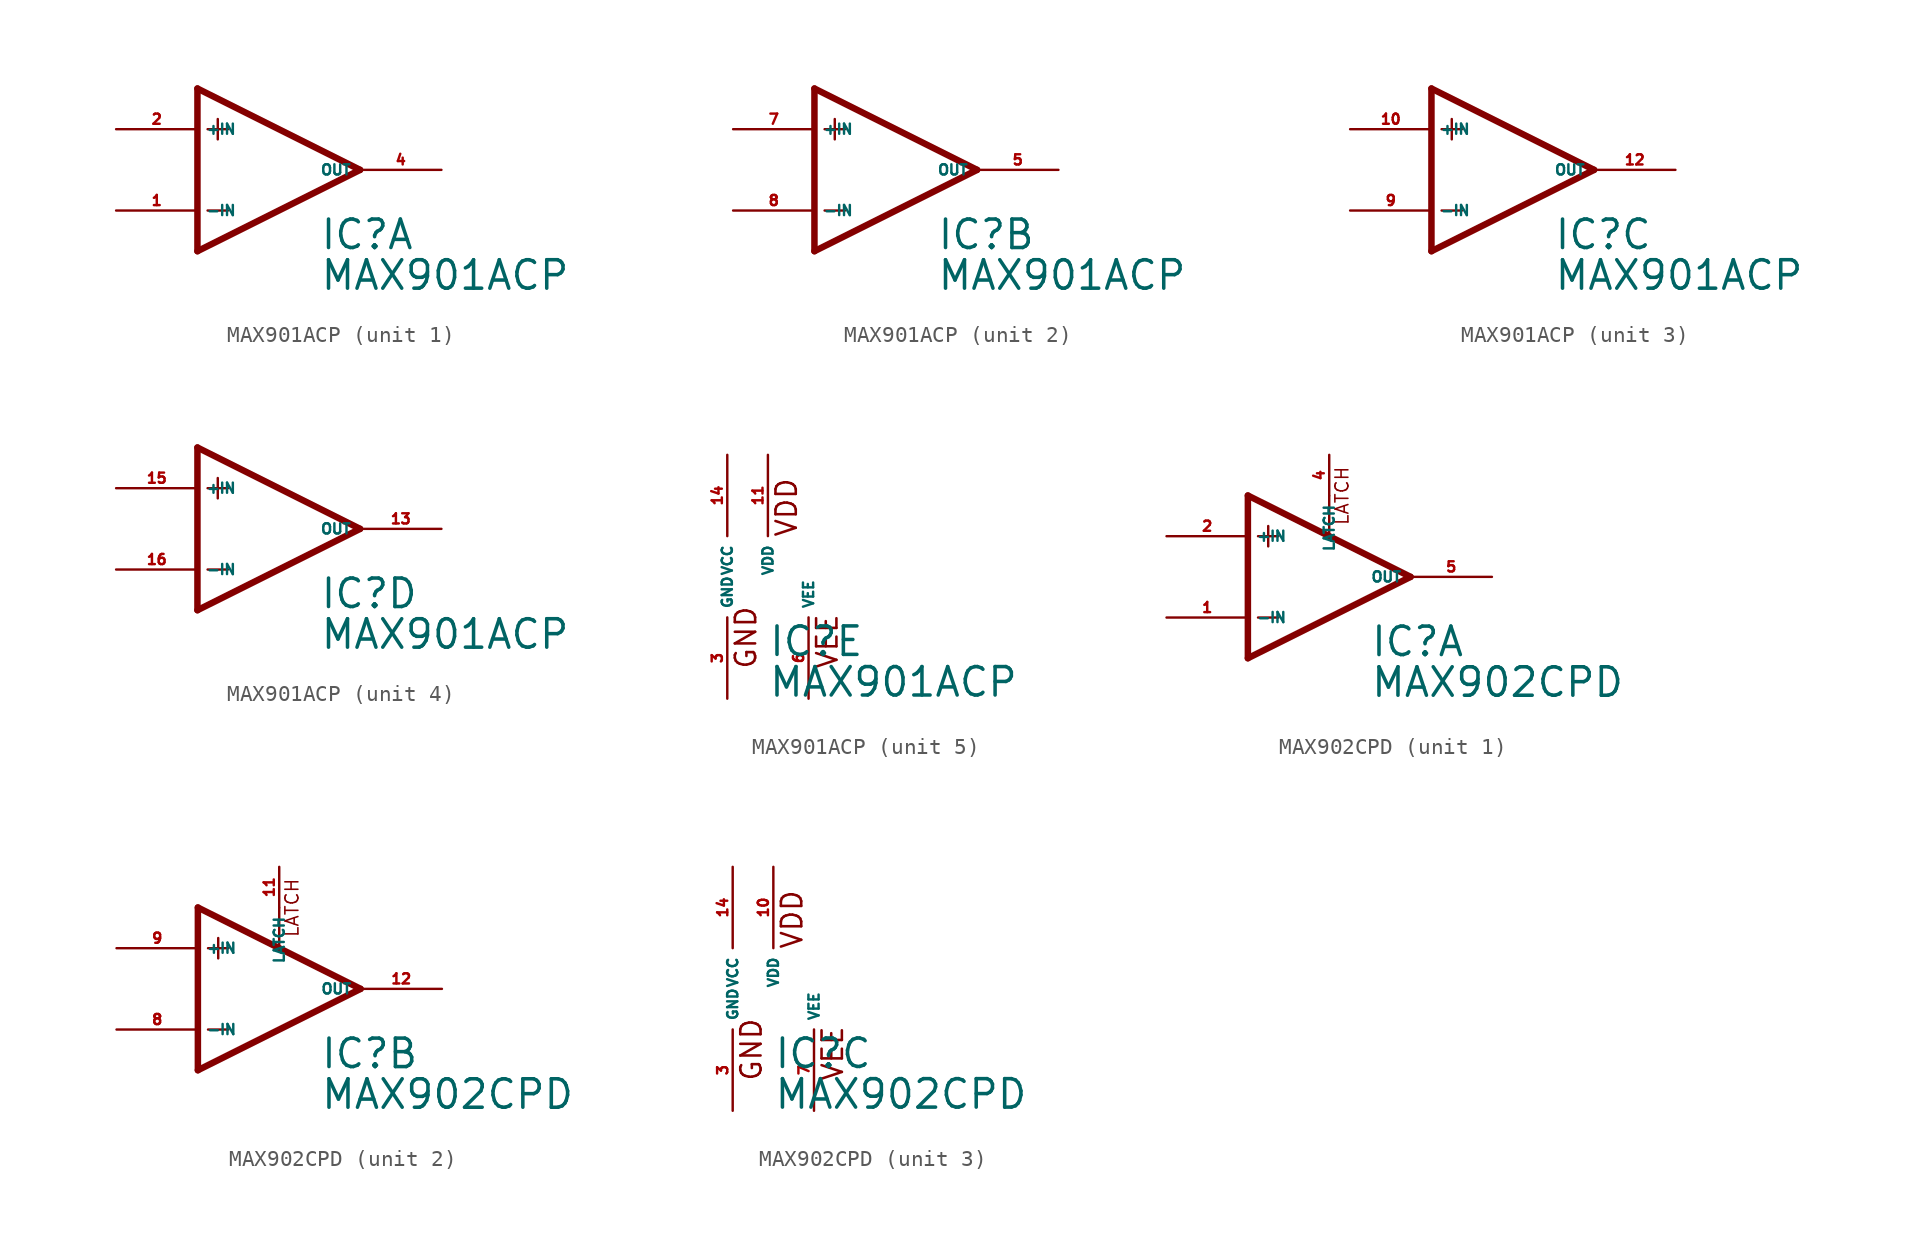
<source format=kicad_sym>
(kicad_symbol_lib
  (version 20220914)
  (generator Eagle2Kicad)
  (symbol "MAX901ACP"
    (property "Reference" "IC"
      (at 2.54 -5.08 0)
      (effects (font (size 1.778 1.778) (thickness 0.22)) (justify left bottom)))
    (property "Value" "MAX901ACP"
      (at 2.54 -7.62 0)
      (effects (font (size 1.778 1.778) (thickness 0.22)) (justify left bottom)))
    (symbol "MAX901ACP_1_0"
      (polyline (pts (xy -3.81 3.175) (xy -3.81 1.905)) (stroke (width 0.152) (type default)) (fill (type none)))
      (polyline (pts (xy -4.445 2.54) (xy -3.175 2.54)) (stroke (width 0.152) (type default)) (fill (type none)))
      (polyline (pts (xy -4.445 -2.54) (xy -3.175 -2.54)) (stroke (width 0.152) (type default)) (fill (type none)))
      (polyline (pts (xy -5.08 5.08) (xy -5.08 -5.08)) (stroke (width 0.406) (type default)) (fill (type none)))
      (polyline (pts (xy 5.08 0) (xy -5.08 5.08)) (stroke (width 0.406) (type default)) (fill (type none)))
      (polyline (pts (xy -5.08 -5.08) (xy 5.08 0)) (stroke (width 0.406) (type default)) (fill (type none)))
      (pin input line (at -10.16 -2.54 0) (length 5.08) (name "-IN" (effects (font (size 0.635 0.635) (thickness 0.08)) (justify left bottom))) (number "1" (effects (font (size 0.635 0.635) (thickness 0.08)) (justify left bottom))))
      (pin input line (at -10.16 2.54 0) (length 5.08) (name "+IN" (effects (font (size 0.635 0.635) (thickness 0.08)) (justify left bottom))) (number "2" (effects (font (size 0.635 0.635) (thickness 0.08)) (justify left bottom))))
      (pin output line (at 10.16 0 180) (length 5.08) (name "OUT" (effects (font (size 0.635 0.635) (thickness 0.08)) (justify left bottom))) (number "4" (effects (font (size 0.635 0.635) (thickness 0.08)) (justify left bottom)))))
    (symbol "MAX901ACP_2_0"
      (polyline (pts (xy -3.81 3.175) (xy -3.81 1.905)) (stroke (width 0.152) (type default)) (fill (type none)))
      (polyline (pts (xy -4.445 2.54) (xy -3.175 2.54)) (stroke (width 0.152) (type default)) (fill (type none)))
      (polyline (pts (xy -4.445 -2.54) (xy -3.175 -2.54)) (stroke (width 0.152) (type default)) (fill (type none)))
      (polyline (pts (xy -5.08 5.08) (xy -5.08 -5.08)) (stroke (width 0.406) (type default)) (fill (type none)))
      (polyline (pts (xy 5.08 0) (xy -5.08 5.08)) (stroke (width 0.406) (type default)) (fill (type none)))
      (polyline (pts (xy -5.08 -5.08) (xy 5.08 0)) (stroke (width 0.406) (type default)) (fill (type none)))
      (pin input line (at -10.16 -2.54 0) (length 5.08) (name "-IN" (effects (font (size 0.635 0.635) (thickness 0.08)) (justify left bottom))) (number "8" (effects (font (size 0.635 0.635) (thickness 0.08)) (justify left bottom))))
      (pin input line (at -10.16 2.54 0) (length 5.08) (name "+IN" (effects (font (size 0.635 0.635) (thickness 0.08)) (justify left bottom))) (number "7" (effects (font (size 0.635 0.635) (thickness 0.08)) (justify left bottom))))
      (pin output line (at 10.16 0 180) (length 5.08) (name "OUT" (effects (font (size 0.635 0.635) (thickness 0.08)) (justify left bottom))) (number "5" (effects (font (size 0.635 0.635) (thickness 0.08)) (justify left bottom)))))
    (symbol "MAX901ACP_3_0"
      (polyline (pts (xy -3.81 3.175) (xy -3.81 1.905)) (stroke (width 0.152) (type default)) (fill (type none)))
      (polyline (pts (xy -4.445 2.54) (xy -3.175 2.54)) (stroke (width 0.152) (type default)) (fill (type none)))
      (polyline (pts (xy -4.445 -2.54) (xy -3.175 -2.54)) (stroke (width 0.152) (type default)) (fill (type none)))
      (polyline (pts (xy -5.08 5.08) (xy -5.08 -5.08)) (stroke (width 0.406) (type default)) (fill (type none)))
      (polyline (pts (xy 5.08 0) (xy -5.08 5.08)) (stroke (width 0.406) (type default)) (fill (type none)))
      (polyline (pts (xy -5.08 -5.08) (xy 5.08 0)) (stroke (width 0.406) (type default)) (fill (type none)))
      (pin input line (at -10.16 -2.54 0) (length 5.08) (name "-IN" (effects (font (size 0.635 0.635) (thickness 0.08)) (justify left bottom))) (number "9" (effects (font (size 0.635 0.635) (thickness 0.08)) (justify left bottom))))
      (pin input line (at -10.16 2.54 0) (length 5.08) (name "+IN" (effects (font (size 0.635 0.635) (thickness 0.08)) (justify left bottom))) (number "10" (effects (font (size 0.635 0.635) (thickness 0.08)) (justify left bottom))))
      (pin output line (at 10.16 0 180) (length 5.08) (name "OUT" (effects (font (size 0.635 0.635) (thickness 0.08)) (justify left bottom))) (number "12" (effects (font (size 0.635 0.635) (thickness 0.08)) (justify left bottom)))))
    (symbol "MAX901ACP_4_0"
      (polyline (pts (xy -3.81 3.175) (xy -3.81 1.905)) (stroke (width 0.152) (type default)) (fill (type none)))
      (polyline (pts (xy -4.445 2.54) (xy -3.175 2.54)) (stroke (width 0.152) (type default)) (fill (type none)))
      (polyline (pts (xy -4.445 -2.54) (xy -3.175 -2.54)) (stroke (width 0.152) (type default)) (fill (type none)))
      (polyline (pts (xy -5.08 5.08) (xy -5.08 -5.08)) (stroke (width 0.406) (type default)) (fill (type none)))
      (polyline (pts (xy 5.08 0) (xy -5.08 5.08)) (stroke (width 0.406) (type default)) (fill (type none)))
      (polyline (pts (xy -5.08 -5.08) (xy 5.08 0)) (stroke (width 0.406) (type default)) (fill (type none)))
      (pin input line (at -10.16 -2.54 0) (length 5.08) (name "-IN" (effects (font (size 0.635 0.635) (thickness 0.08)) (justify left bottom))) (number "16" (effects (font (size 0.635 0.635) (thickness 0.08)) (justify left bottom))))
      (pin input line (at -10.16 2.54 0) (length 5.08) (name "+IN" (effects (font (size 0.635 0.635) (thickness 0.08)) (justify left bottom))) (number "15" (effects (font (size 0.635 0.635) (thickness 0.08)) (justify left bottom))))
      (pin output line (at 10.16 0 180) (length 5.08) (name "OUT" (effects (font (size 0.635 0.635) (thickness 0.08)) (justify left bottom))) (number "13" (effects (font (size 0.635 0.635) (thickness 0.08)) (justify left bottom)))))
    (symbol "MAX901ACP_5_0"
      (text "GND" (at 1.905 -5.842 900) (effects (font (size 1.27 1.27) (thickness 0.16)) (justify left bottom)))
      (text "VEE" (at 6.985 -5.842 900) (effects (font (size 1.27 1.27) (thickness 0.16)) (justify left bottom)))
      (text "VDD" (at 4.445 2.413 900) (effects (font (size 1.27 1.27) (thickness 0.16)) (justify left bottom)))
      (pin unspecified line (at 5.08 -7.62 90) (length 5.08) (name "VEE" (effects (font (size 0.635 0.635) (thickness 0.08)) (justify left bottom))) (number "6" (effects (font (size 0.635 0.635) (thickness 0.08)) (justify left bottom))))
      (pin unspecified line (at 0 -7.62 90) (length 5.08) (name "GND" (effects (font (size 0.635 0.635) (thickness 0.08)) (justify left bottom))) (number "3" (effects (font (size 0.635 0.635) (thickness 0.08)) (justify left bottom))))
      (pin unspecified line (at 0 7.62 270) (length 5.08) (name "VCC" (effects (font (size 0.635 0.635) (thickness 0.08)) (justify left bottom))) (number "14" (effects (font (size 0.635 0.635) (thickness 0.08)) (justify left bottom))))
      (pin unspecified line (at 2.54 7.62 270) (length 5.08) (name "VDD" (effects (font (size 0.635 0.635) (thickness 0.08)) (justify left bottom))) (number "11" (effects (font (size 0.635 0.635) (thickness 0.08)) (justify left bottom))))))
  (symbol "MAX902CPD"
    (property "Reference" "IC"
      (at 2.54 -5.08 0)
      (effects (font (size 1.778 1.778) (thickness 0.22)) (justify left bottom)))
    (property "Value" "MAX902CPD"
      (at 2.54 -7.62 0)
      (effects (font (size 1.778 1.778) (thickness 0.22)) (justify left bottom)))
    (symbol "MAX902CPD_1_0"
      (polyline (pts (xy -3.81 3.175) (xy -3.81 1.905)) (stroke (width 0.152) (type default)) (fill (type none)))
      (polyline (pts (xy -4.445 2.54) (xy -3.175 2.54)) (stroke (width 0.152) (type default)) (fill (type none)))
      (polyline (pts (xy -4.445 -2.54) (xy -3.175 -2.54)) (stroke (width 0.152) (type default)) (fill (type none)))
      (polyline (pts (xy 0 5.055) (xy 0 2.616)) (stroke (width 0.152) (type default)) (fill (type none)))
      (polyline (pts (xy 5.08 0) (xy -5.08 5.08)) (stroke (width 0.406) (type default)) (fill (type none)))
      (polyline (pts (xy -5.08 5.08) (xy -5.08 -5.08)) (stroke (width 0.406) (type default)) (fill (type none)))
      (polyline (pts (xy -5.08 -5.08) (xy 5.08 0)) (stroke (width 0.406) (type default)) (fill (type none)))
      (text "LATCH" (at 1.27 3.175 900) (effects (font (size 0.813 0.813) (thickness 0.10)) (justify left bottom)))
      (pin passive line (at 0 7.62 270) (length 2.54) (name "LATCH" (effects (font (size 0.635 0.635) (thickness 0.08)) (justify left bottom))) (number "4" (effects (font (size 0.635 0.635) (thickness 0.08)) (justify left bottom))))
      (pin input line (at -10.16 -2.54 0) (length 5.08) (name "-IN" (effects (font (size 0.635 0.635) (thickness 0.08)) (justify left bottom))) (number "1" (effects (font (size 0.635 0.635) (thickness 0.08)) (justify left bottom))))
      (pin input line (at -10.16 2.54 0) (length 5.08) (name "+IN" (effects (font (size 0.635 0.635) (thickness 0.08)) (justify left bottom))) (number "2" (effects (font (size 0.635 0.635) (thickness 0.08)) (justify left bottom))))
      (pin output line (at 10.16 0 180) (length 5.08) (name "OUT" (effects (font (size 0.635 0.635) (thickness 0.08)) (justify left bottom))) (number "5" (effects (font (size 0.635 0.635) (thickness 0.08)) (justify left bottom)))))
    (symbol "MAX902CPD_2_0"
      (polyline (pts (xy -3.81 3.175) (xy -3.81 1.905)) (stroke (width 0.152) (type default)) (fill (type none)))
      (polyline (pts (xy -4.445 2.54) (xy -3.175 2.54)) (stroke (width 0.152) (type default)) (fill (type none)))
      (polyline (pts (xy -4.445 -2.54) (xy -3.175 -2.54)) (stroke (width 0.152) (type default)) (fill (type none)))
      (polyline (pts (xy 0 5.055) (xy 0 2.616)) (stroke (width 0.152) (type default)) (fill (type none)))
      (polyline (pts (xy 5.08 0) (xy -5.08 5.08)) (stroke (width 0.406) (type default)) (fill (type none)))
      (polyline (pts (xy -5.08 5.08) (xy -5.08 -5.08)) (stroke (width 0.406) (type default)) (fill (type none)))
      (polyline (pts (xy -5.08 -5.08) (xy 5.08 0)) (stroke (width 0.406) (type default)) (fill (type none)))
      (text "LATCH" (at 1.27 3.175 900) (effects (font (size 0.813 0.813) (thickness 0.10)) (justify left bottom)))
      (pin passive line (at 0 7.62 270) (length 2.54) (name "LATCH" (effects (font (size 0.635 0.635) (thickness 0.08)) (justify left bottom))) (number "11" (effects (font (size 0.635 0.635) (thickness 0.08)) (justify left bottom))))
      (pin input line (at -10.16 -2.54 0) (length 5.08) (name "-IN" (effects (font (size 0.635 0.635) (thickness 0.08)) (justify left bottom))) (number "8" (effects (font (size 0.635 0.635) (thickness 0.08)) (justify left bottom))))
      (pin input line (at -10.16 2.54 0) (length 5.08) (name "+IN" (effects (font (size 0.635 0.635) (thickness 0.08)) (justify left bottom))) (number "9" (effects (font (size 0.635 0.635) (thickness 0.08)) (justify left bottom))))
      (pin output line (at 10.16 0 180) (length 5.08) (name "OUT" (effects (font (size 0.635 0.635) (thickness 0.08)) (justify left bottom))) (number "12" (effects (font (size 0.635 0.635) (thickness 0.08)) (justify left bottom)))))
    (symbol "MAX902CPD_3_0"
      (text "GND" (at 1.905 -5.842 900) (effects (font (size 1.27 1.27) (thickness 0.16)) (justify left bottom)))
      (text "VEE" (at 6.985 -5.842 900) (effects (font (size 1.27 1.27) (thickness 0.16)) (justify left bottom)))
      (text "VDD" (at 4.445 2.413 900) (effects (font (size 1.27 1.27) (thickness 0.16)) (justify left bottom)))
      (pin unspecified line (at 5.08 -7.62 90) (length 5.08) (name "VEE" (effects (font (size 0.635 0.635) (thickness 0.08)) (justify left bottom))) (number "7" (effects (font (size 0.635 0.635) (thickness 0.08)) (justify left bottom))))
      (pin unspecified line (at 0 -7.62 90) (length 5.08) (name "GND" (effects (font (size 0.635 0.635) (thickness 0.08)) (justify left bottom))) (number "3" (effects (font (size 0.635 0.635) (thickness 0.08)) (justify left bottom))))
      (pin unspecified line (at 0 7.62 270) (length 5.08) (name "VCC" (effects (font (size 0.635 0.635) (thickness 0.08)) (justify left bottom))) (number "14" (effects (font (size 0.635 0.635) (thickness 0.08)) (justify left bottom))))
      (pin unspecified line (at 2.54 7.62 270) (length 5.08) (name "VDD" (effects (font (size 0.635 0.635) (thickness 0.08)) (justify left bottom))) (number "10" (effects (font (size 0.635 0.635) (thickness 0.08)) (justify left bottom)))))))
</source>
